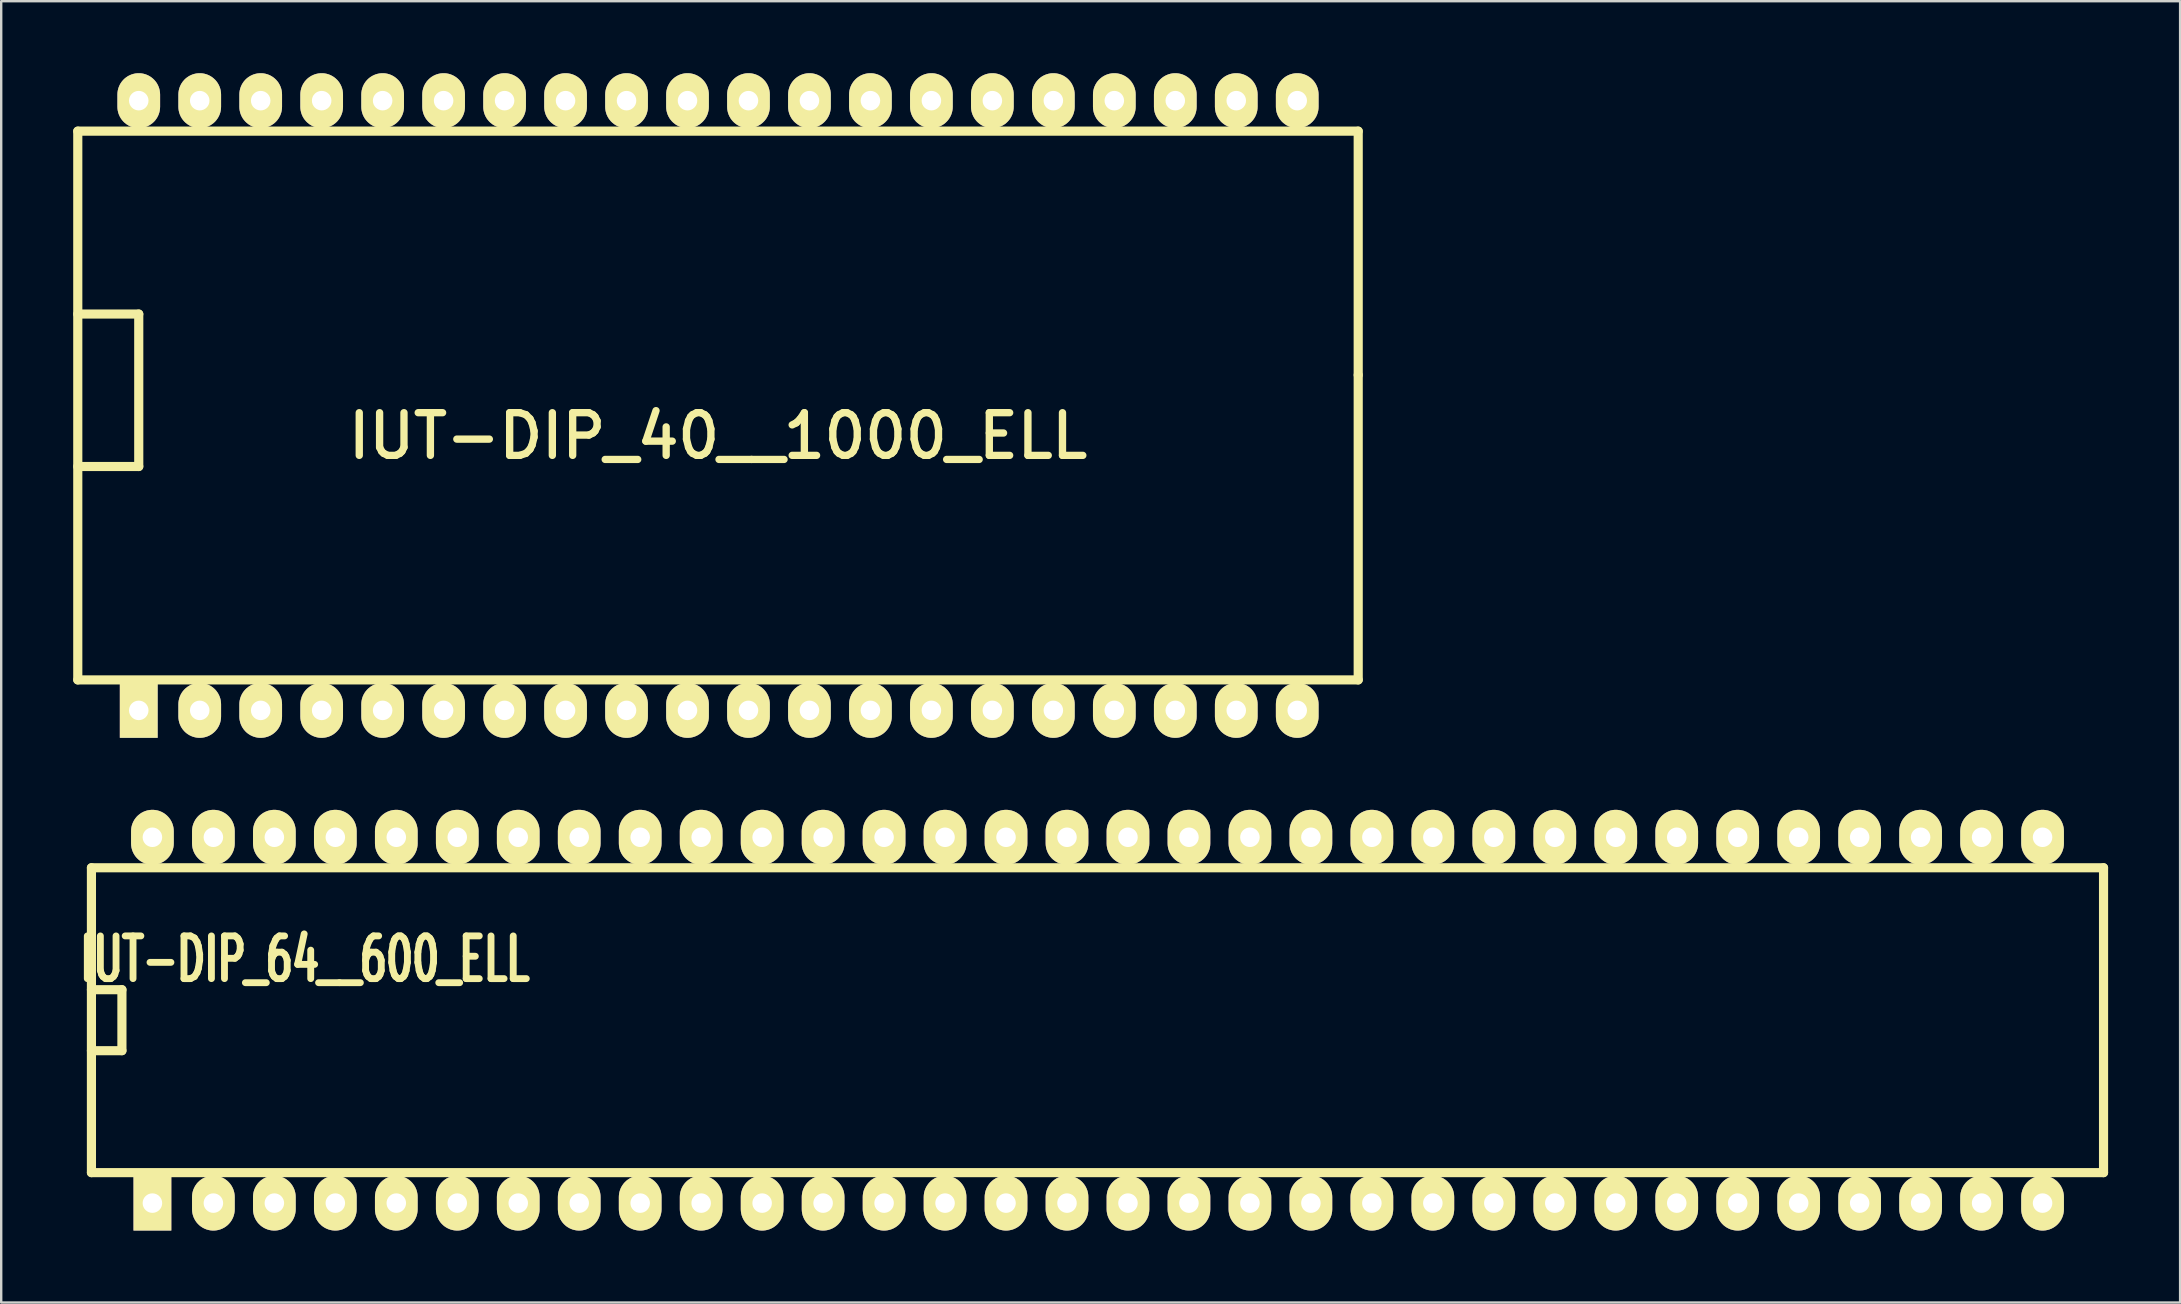
<source format=kicad_pcb>
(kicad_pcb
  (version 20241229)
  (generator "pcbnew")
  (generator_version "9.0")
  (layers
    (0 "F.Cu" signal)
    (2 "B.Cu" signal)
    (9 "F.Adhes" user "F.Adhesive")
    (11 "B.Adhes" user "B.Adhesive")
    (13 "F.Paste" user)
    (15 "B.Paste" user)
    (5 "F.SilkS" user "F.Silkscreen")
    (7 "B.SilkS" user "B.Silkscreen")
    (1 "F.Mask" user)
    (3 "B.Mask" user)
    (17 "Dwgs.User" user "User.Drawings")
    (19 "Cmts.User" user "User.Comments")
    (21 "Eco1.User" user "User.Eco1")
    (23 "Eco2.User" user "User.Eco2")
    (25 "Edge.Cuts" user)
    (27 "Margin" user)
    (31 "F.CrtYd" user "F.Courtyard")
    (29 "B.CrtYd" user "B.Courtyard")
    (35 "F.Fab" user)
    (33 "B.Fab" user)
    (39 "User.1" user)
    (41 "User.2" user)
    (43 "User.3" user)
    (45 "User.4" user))
  (footprint "IUT-DIP_64__600_ELL"
    (layer "F.Cu")
    (at 42.669 39.449)
    (property "Reference" "IUT-DIP_64__600_ELL" (at -33.02 -2.54 0) (layer "F.SilkS") (effects (font (size 1.778 1.143) (thickness 0.305))))
    (attr through_hole)
    (fp_line (start -41.91 -6.35) (end 41.91 -6.35) (stroke (width 0.381) (type solid)) (layer "F.SilkS"))
    (fp_line (start -41.91 -1.27) (end -40.64 -1.27) (stroke (width 0.381) (type solid)) (layer "F.SilkS"))
    (fp_line (start -41.91 6.35) (end -41.91 -6.35) (stroke (width 0.381) (type solid)) (layer "F.SilkS"))
    (fp_line (start -40.64 -1.27) (end -40.64 1.27) (stroke (width 0.381) (type solid)) (layer "F.SilkS"))
    (fp_line (start -40.64 1.27) (end -41.91 1.27) (stroke (width 0.381) (type solid)) (layer "F.SilkS"))
    (fp_line (start 41.91 -6.35) (end 41.91 6.35) (stroke (width 0.381) (type solid)) (layer "F.SilkS"))
    (fp_line (start 41.91 6.35) (end -41.91 6.35) (stroke (width 0.381) (type solid)) (layer "F.SilkS"))
    (pad "1" thru_hole rect (at -39.37 7.62) (size 1.575 2.286) (drill 0.813) (layers "*.Cu" "*.Mask" "F.SilkS"))
    (pad "2" thru_hole oval (at -36.83 7.62) (size 1.778 2.286) (drill 0.813) (layers "*.Cu" "*.Mask" "F.SilkS"))
    (pad "3" thru_hole oval (at -34.29 7.62) (size 1.778 2.286) (drill 0.813) (layers "*.Cu" "*.Mask" "F.SilkS"))
    (pad "4" thru_hole oval (at -31.75 7.62) (size 1.778 2.286) (drill 0.813) (layers "*.Cu" "*.Mask" "F.SilkS"))
    (pad "5" thru_hole oval (at -29.21 7.62) (size 1.778 2.286) (drill 0.813) (layers "*.Cu" "*.Mask" "F.SilkS"))
    (pad "6" thru_hole oval (at -26.67 7.62) (size 1.778 2.286) (drill 0.813) (layers "*.Cu" "*.Mask" "F.SilkS"))
    (pad "7" thru_hole oval (at -24.13 7.62) (size 1.778 2.286) (drill 0.813) (layers "*.Cu" "*.Mask" "F.SilkS"))
    (pad "8" thru_hole oval (at -21.59 7.62) (size 1.778 2.286) (drill 0.813) (layers "*.Cu" "*.Mask" "F.SilkS"))
    (pad "9" thru_hole oval (at -19.05 7.62) (size 1.778 2.286) (drill 0.813) (layers "*.Cu" "*.Mask" "F.SilkS"))
    (pad "10" thru_hole oval (at -16.51 7.62) (size 1.778 2.286) (drill 0.813) (layers "*.Cu" "*.Mask" "F.SilkS"))
    (pad "11" thru_hole oval (at -13.97 7.62) (size 1.778 2.286) (drill 0.813) (layers "*.Cu" "*.Mask" "F.SilkS"))
    (pad "12" thru_hole oval (at -11.43 7.62) (size 1.778 2.286) (drill 0.813) (layers "*.Cu" "*.Mask" "F.SilkS"))
    (pad "13" thru_hole oval (at -8.89 7.62) (size 1.778 2.286) (drill 0.813) (layers "*.Cu" "*.Mask" "F.SilkS"))
    (pad "14" thru_hole oval (at -6.35 7.62) (size 1.778 2.286) (drill 0.813) (layers "*.Cu" "*.Mask" "F.SilkS"))
    (pad "15" thru_hole oval (at -3.81 7.62) (size 1.778 2.286) (drill 0.813) (layers "*.Cu" "*.Mask" "F.SilkS"))
    (pad "16" thru_hole oval (at -1.27 7.62) (size 1.778 2.286) (drill 0.813) (layers "*.Cu" "*.Mask" "F.SilkS"))
    (pad "17" thru_hole oval (at 1.27 7.62) (size 1.778 2.286) (drill 0.813) (layers "*.Cu" "*.Mask" "F.SilkS"))
    (pad "18" thru_hole oval (at 3.81 7.62) (size 1.778 2.286) (drill 0.813) (layers "*.Cu" "*.Mask" "F.SilkS"))
    (pad "19" thru_hole oval (at 6.35 7.62) (size 1.778 2.286) (drill 0.813) (layers "*.Cu" "*.Mask" "F.SilkS"))
    (pad "20" thru_hole oval (at 8.89 7.62) (size 1.778 2.286) (drill 0.813) (layers "*.Cu" "*.Mask" "F.SilkS"))
    (pad "21" thru_hole oval (at 11.43 7.62) (size 1.778 2.286) (drill 0.813) (layers "*.Cu" "*.Mask" "F.SilkS"))
    (pad "22" thru_hole oval (at 13.97 7.62) (size 1.778 2.286) (drill 0.813) (layers "*.Cu" "*.Mask" "F.SilkS"))
    (pad "23" thru_hole oval (at 16.51 7.62) (size 1.778 2.286) (drill 0.813) (layers "*.Cu" "*.Mask" "F.SilkS"))
    (pad "24" thru_hole oval (at 19.05 7.62) (size 1.778 2.286) (drill 0.813) (layers "*.Cu" "*.Mask" "F.SilkS"))
    (pad "25" thru_hole oval (at 21.59 7.62) (size 1.778 2.286) (drill 0.813) (layers "*.Cu" "*.Mask" "F.SilkS"))
    (pad "26" thru_hole oval (at 24.13 7.62) (size 1.778 2.286) (drill 0.813) (layers "*.Cu" "*.Mask" "F.SilkS"))
    (pad "27" thru_hole oval (at 26.67 7.62) (size 1.778 2.286) (drill 0.813) (layers "*.Cu" "*.Mask" "F.SilkS"))
    (pad "28" thru_hole oval (at 29.21 7.62) (size 1.778 2.286) (drill 0.813) (layers "*.Cu" "*.Mask" "F.SilkS"))
    (pad "29" thru_hole oval (at 31.75 7.62) (size 1.778 2.286) (drill 0.813) (layers "*.Cu" "*.Mask" "F.SilkS"))
    (pad "30" thru_hole oval (at 34.29 7.62) (size 1.778 2.286) (drill 0.813) (layers "*.Cu" "*.Mask" "F.SilkS"))
    (pad "31" thru_hole oval (at 36.83 7.62) (size 1.778 2.286) (drill 0.813) (layers "*.Cu" "*.Mask" "F.SilkS"))
    (pad "32" thru_hole oval (at 39.37 7.62) (size 1.778 2.286) (drill 0.813) (layers "*.Cu" "*.Mask" "F.SilkS"))
    (pad "33" thru_hole oval (at 39.37 -7.62) (size 1.778 2.286) (drill 0.813) (layers "*.Cu" "*.Mask" "F.SilkS"))
    (pad "34" thru_hole oval (at 36.83 -7.62) (size 1.778 2.286) (drill 0.813) (layers "*.Cu" "*.Mask" "F.SilkS"))
    (pad "35" thru_hole oval (at 34.29 -7.62) (size 1.778 2.286) (drill 0.813) (layers "*.Cu" "*.Mask" "F.SilkS"))
    (pad "36" thru_hole oval (at 31.75 -7.62) (size 1.778 2.286) (drill 0.813) (layers "*.Cu" "*.Mask" "F.SilkS"))
    (pad "37" thru_hole oval (at 29.21 -7.62) (size 1.778 2.286) (drill 0.813) (layers "*.Cu" "*.Mask" "F.SilkS"))
    (pad "38" thru_hole oval (at 26.67 -7.62) (size 1.778 2.286) (drill 0.813) (layers "*.Cu" "*.Mask" "F.SilkS"))
    (pad "39" thru_hole oval (at 24.13 -7.62) (size 1.778 2.286) (drill 0.813) (layers "*.Cu" "*.Mask" "F.SilkS"))
    (pad "40" thru_hole oval (at 21.59 -7.62) (size 1.778 2.286) (drill 0.813) (layers "*.Cu" "*.Mask" "F.SilkS"))
    (pad "41" thru_hole oval (at 19.05 -7.62) (size 1.778 2.286) (drill 0.813) (layers "*.Cu" "*.Mask" "F.SilkS"))
    (pad "42" thru_hole oval (at 16.51 -7.62) (size 1.778 2.286) (drill 0.813) (layers "*.Cu" "*.Mask" "F.SilkS"))
    (pad "43" thru_hole oval (at 13.97 -7.62) (size 1.778 2.286) (drill 0.813) (layers "*.Cu" "*.Mask" "F.SilkS"))
    (pad "44" thru_hole oval (at 11.43 -7.62) (size 1.778 2.286) (drill 0.813) (layers "*.Cu" "*.Mask" "F.SilkS"))
    (pad "45" thru_hole oval (at 8.89 -7.62) (size 1.778 2.286) (drill 0.813) (layers "*.Cu" "*.Mask" "F.SilkS"))
    (pad "46" thru_hole oval (at 6.35 -7.62) (size 1.778 2.286) (drill 0.813) (layers "*.Cu" "*.Mask" "F.SilkS"))
    (pad "47" thru_hole oval (at 3.81 -7.62) (size 1.778 2.286) (drill 0.813) (layers "*.Cu" "*.Mask" "F.SilkS"))
    (pad "48" thru_hole oval (at 1.27 -7.62) (size 1.778 2.286) (drill 0.813) (layers "*.Cu" "*.Mask" "F.SilkS"))
    (pad "49" thru_hole oval (at -1.27 -7.62) (size 1.778 2.286) (drill 0.813) (layers "*.Cu" "*.Mask" "F.SilkS"))
    (pad "50" thru_hole oval (at -3.81 -7.62) (size 1.778 2.286) (drill 0.813) (layers "*.Cu" "*.Mask" "F.SilkS"))
    (pad "51" thru_hole oval (at -6.35 -7.62) (size 1.778 2.286) (drill 0.813) (layers "*.Cu" "*.Mask" "F.SilkS"))
    (pad "52" thru_hole oval (at -8.89 -7.62) (size 1.778 2.286) (drill 0.813) (layers "*.Cu" "*.Mask" "F.SilkS"))
    (pad "53" thru_hole oval (at -11.43 -7.62) (size 1.778 2.286) (drill 0.813) (layers "*.Cu" "*.Mask" "F.SilkS"))
    (pad "54" thru_hole oval (at -13.97 -7.62) (size 1.778 2.286) (drill 0.813) (layers "*.Cu" "*.Mask" "F.SilkS"))
    (pad "55" thru_hole oval (at -16.51 -7.62) (size 1.778 2.286) (drill 0.813) (layers "*.Cu" "*.Mask" "F.SilkS"))
    (pad "56" thru_hole oval (at -19.05 -7.62) (size 1.778 2.286) (drill 0.813) (layers "*.Cu" "*.Mask" "F.SilkS"))
    (pad "57" thru_hole oval (at -21.59 -7.62) (size 1.778 2.286) (drill 0.813) (layers "*.Cu" "*.Mask" "F.SilkS"))
    (pad "58" thru_hole oval (at -24.13 -7.62) (size 1.778 2.286) (drill 0.813) (layers "*.Cu" "*.Mask" "F.SilkS"))
    (pad "59" thru_hole oval (at -26.67 -7.62) (size 1.778 2.286) (drill 0.813) (layers "*.Cu" "*.Mask" "F.SilkS"))
    (pad "60" thru_hole oval (at -29.21 -7.62) (size 1.778 2.286) (drill 0.813) (layers "*.Cu" "*.Mask" "F.SilkS"))
    (pad "61" thru_hole oval (at -31.75 -7.62) (size 1.778 2.286) (drill 0.813) (layers "*.Cu" "*.Mask" "F.SilkS"))
    (pad "62" thru_hole oval (at -34.29 -7.62) (size 1.778 2.286) (drill 0.813) (layers "*.Cu" "*.Mask" "F.SilkS"))
    (pad "63" thru_hole oval (at -36.83 -7.62) (size 1.778 2.286) (drill 0.813) (layers "*.Cu" "*.Mask" "F.SilkS"))
    (pad "64" thru_hole oval (at -39.37 -7.62) (size 1.778 2.286) (drill 0.813) (layers "*.Cu" "*.Mask" "F.SilkS")))
  (footprint "IUT-DIP_40__1000_ELL"
    (layer "F.Cu")
    (at 26.86 13.843)
    (property "Reference" "IUT-DIP_40__1000_ELL" (at 0 1.27 0) (layer "F.SilkS") (effects (font (size 1.778 1.778) (thickness 0.305))))
    (attr through_hole)
    (fp_line (start -26.67 2.54) (end -24.13 2.54) (stroke (width 0.381) (type solid)) (layer "F.SilkS"))
    (fp_line (start -26.67 11.43) (end -26.67 -11.43) (stroke (width 0.381) (type solid)) (layer "F.SilkS"))
    (fp_line (start -24.13 -3.81) (end -26.67 -3.81) (stroke (width 0.381) (type solid)) (layer "F.SilkS"))
    (fp_line (start -24.13 2.54) (end -24.13 -3.81) (stroke (width 0.381) (type solid)) (layer "F.SilkS"))
    (fp_line (start 26.67 -11.43) (end -26.67 -11.43) (stroke (width 0.381) (type solid)) (layer "F.SilkS"))
    (fp_line (start 26.67 -1.27) (end 26.67 -11.43) (stroke (width 0.381) (type solid)) (layer "F.SilkS"))
    (fp_line (start 26.67 -1.27) (end 26.67 11.43) (stroke (width 0.381) (type solid)) (layer "F.SilkS"))
    (fp_line (start 26.67 11.43) (end -26.67 11.43) (stroke (width 0.381) (type solid)) (layer "F.SilkS"))
    (pad "1" thru_hole rect (at -24.13 12.7) (size 1.575 2.286) (drill 0.813) (layers "*.Cu" "*.Mask" "F.SilkS"))
    (pad "2" thru_hole oval (at -21.59 12.7) (size 1.778 2.286) (drill 0.813) (layers "*.Cu" "*.Mask" "F.SilkS"))
    (pad "3" thru_hole oval (at -19.05 12.7) (size 1.778 2.286) (drill 0.813) (layers "*.Cu" "*.Mask" "F.SilkS"))
    (pad "4" thru_hole oval (at -16.51 12.7) (size 1.778 2.286) (drill 0.813) (layers "*.Cu" "*.Mask" "F.SilkS"))
    (pad "5" thru_hole oval (at -13.97 12.7) (size 1.778 2.286) (drill 0.813) (layers "*.Cu" "*.Mask" "F.SilkS"))
    (pad "6" thru_hole oval (at -11.43 12.7) (size 1.778 2.286) (drill 0.813) (layers "*.Cu" "*.Mask" "F.SilkS"))
    (pad "7" thru_hole oval (at -8.89 12.7) (size 1.778 2.286) (drill 0.813) (layers "*.Cu" "*.Mask" "F.SilkS"))
    (pad "8" thru_hole oval (at -6.35 12.7) (size 1.778 2.286) (drill 0.813) (layers "*.Cu" "*.Mask" "F.SilkS"))
    (pad "9" thru_hole oval (at -3.81 12.7) (size 1.778 2.286) (drill 0.813) (layers "*.Cu" "*.Mask" "F.SilkS"))
    (pad "10" thru_hole oval (at -1.27 12.7) (size 1.778 2.286) (drill 0.813) (layers "*.Cu" "*.Mask" "F.SilkS"))
    (pad "11" thru_hole oval (at 1.27 12.7) (size 1.778 2.286) (drill 0.813) (layers "*.Cu" "*.Mask" "F.SilkS"))
    (pad "12" thru_hole oval (at 3.81 12.7) (size 1.778 2.286) (drill 0.813) (layers "*.Cu" "*.Mask" "F.SilkS"))
    (pad "13" thru_hole oval (at 6.35 12.7) (size 1.778 2.286) (drill 0.813) (layers "*.Cu" "*.Mask" "F.SilkS"))
    (pad "14" thru_hole oval (at 8.89 12.7) (size 1.778 2.286) (drill 0.813) (layers "*.Cu" "*.Mask" "F.SilkS"))
    (pad "15" thru_hole oval (at 11.43 12.7) (size 1.778 2.286) (drill 0.813) (layers "*.Cu" "*.Mask" "F.SilkS"))
    (pad "16" thru_hole oval (at 13.97 12.7) (size 1.778 2.286) (drill 0.813) (layers "*.Cu" "*.Mask" "F.SilkS"))
    (pad "17" thru_hole oval (at 16.51 12.7) (size 1.778 2.286) (drill 0.813) (layers "*.Cu" "*.Mask" "F.SilkS"))
    (pad "18" thru_hole oval (at 19.05 12.7) (size 1.778 2.286) (drill 0.813) (layers "*.Cu" "*.Mask" "F.SilkS"))
    (pad "19" thru_hole oval (at 21.59 12.7) (size 1.778 2.286) (drill 0.813) (layers "*.Cu" "*.Mask" "F.SilkS"))
    (pad "20" thru_hole oval (at 24.13 12.7) (size 1.778 2.286) (drill 0.813) (layers "*.Cu" "*.Mask" "F.SilkS"))
    (pad "21" thru_hole oval (at 24.13 -12.7) (size 1.778 2.286) (drill 0.813) (layers "*.Cu" "*.Mask" "F.SilkS"))
    (pad "22" thru_hole oval (at 21.59 -12.7) (size 1.778 2.286) (drill 0.813) (layers "*.Cu" "*.Mask" "F.SilkS"))
    (pad "23" thru_hole oval (at 19.05 -12.7) (size 1.778 2.286) (drill 0.813) (layers "*.Cu" "*.Mask" "F.SilkS"))
    (pad "24" thru_hole oval (at 16.51 -12.7) (size 1.778 2.286) (drill 0.813) (layers "*.Cu" "*.Mask" "F.SilkS"))
    (pad "25" thru_hole oval (at 13.97 -12.7) (size 1.778 2.286) (drill 0.813) (layers "*.Cu" "*.Mask" "F.SilkS"))
    (pad "26" thru_hole oval (at 11.43 -12.7) (size 1.778 2.286) (drill 0.813) (layers "*.Cu" "*.Mask" "F.SilkS"))
    (pad "27" thru_hole oval (at 8.89 -12.7) (size 1.778 2.286) (drill 0.813) (layers "*.Cu" "*.Mask" "F.SilkS"))
    (pad "28" thru_hole oval (at 6.35 -12.7) (size 1.778 2.286) (drill 0.813) (layers "*.Cu" "*.Mask" "F.SilkS"))
    (pad "29" thru_hole oval (at 3.81 -12.7) (size 1.778 2.286) (drill 0.813) (layers "*.Cu" "*.Mask" "F.SilkS"))
    (pad "30" thru_hole oval (at 1.27 -12.7) (size 1.778 2.286) (drill 0.813) (layers "*.Cu" "*.Mask" "F.SilkS"))
    (pad "31" thru_hole oval (at -1.27 -12.7) (size 1.778 2.286) (drill 0.813) (layers "*.Cu" "*.Mask" "F.SilkS"))
    (pad "32" thru_hole oval (at -3.81 -12.7) (size 1.778 2.286) (drill 0.813) (layers "*.Cu" "*.Mask" "F.SilkS"))
    (pad "33" thru_hole oval (at -6.35 -12.7) (size 1.778 2.286) (drill 0.813) (layers "*.Cu" "*.Mask" "F.SilkS"))
    (pad "34" thru_hole oval (at -8.89 -12.7) (size 1.778 2.286) (drill 0.813) (layers "*.Cu" "*.Mask" "F.SilkS"))
    (pad "35" thru_hole oval (at -11.43 -12.7) (size 1.778 2.286) (drill 0.813) (layers "*.Cu" "*.Mask" "F.SilkS"))
    (pad "36" thru_hole oval (at -13.97 -12.7) (size 1.778 2.286) (drill 0.813) (layers "*.Cu" "*.Mask" "F.SilkS"))
    (pad "37" thru_hole oval (at -16.51 -12.7) (size 1.778 2.286) (drill 0.813) (layers "*.Cu" "*.Mask" "F.SilkS"))
    (pad "38" thru_hole oval (at -19.05 -12.7) (size 1.778 2.286) (drill 0.813) (layers "*.Cu" "*.Mask" "F.SilkS"))
    (pad "39" thru_hole oval (at -21.59 -12.7) (size 1.778 2.286) (drill 0.813) (layers "*.Cu" "*.Mask" "F.SilkS"))
    (pad "40" thru_hole oval (at -24.13 -12.7) (size 1.778 2.286) (drill 0.813) (layers "*.Cu" "*.Mask" "F.SilkS")))
  (gr_rect
    (start -3 -3)
    (end 87.769 51.212)
    (stroke (width 0.1) (type default))
    (fill no)
    (layer "Edge.Cuts")))
</source>
